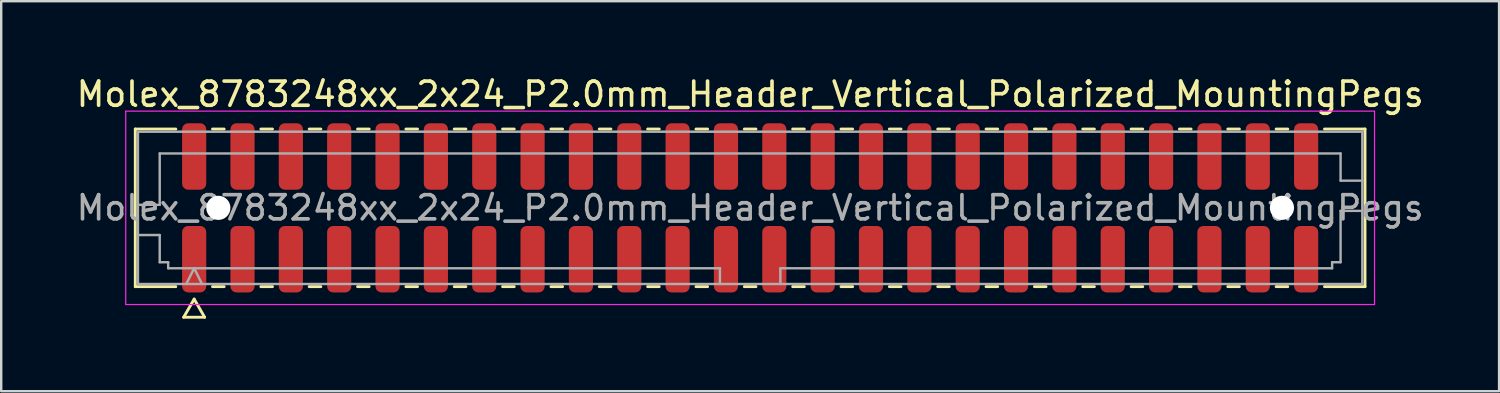
<source format=kicad_pcb>
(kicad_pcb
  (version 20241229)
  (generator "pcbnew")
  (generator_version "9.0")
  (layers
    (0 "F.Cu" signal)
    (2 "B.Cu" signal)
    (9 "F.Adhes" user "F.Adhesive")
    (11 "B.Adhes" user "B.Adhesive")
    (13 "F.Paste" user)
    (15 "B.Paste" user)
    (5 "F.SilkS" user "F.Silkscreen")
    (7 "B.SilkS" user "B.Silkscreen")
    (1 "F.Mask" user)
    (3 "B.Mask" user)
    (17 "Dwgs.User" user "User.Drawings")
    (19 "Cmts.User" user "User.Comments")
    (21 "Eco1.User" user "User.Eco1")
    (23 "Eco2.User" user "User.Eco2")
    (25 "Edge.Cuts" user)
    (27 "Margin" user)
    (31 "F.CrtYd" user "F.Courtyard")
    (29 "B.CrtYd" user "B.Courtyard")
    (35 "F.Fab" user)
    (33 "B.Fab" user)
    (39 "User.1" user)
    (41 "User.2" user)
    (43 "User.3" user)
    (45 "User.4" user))
  (footprint "Molex_8783248xx_2x24_P2.0mm_Header_Vertical_Polarized_MountingPegs"
    (layer "F.Cu")
    (at 27.982 5.548)
    (property "Reference" "Molex_8783248xx_2x24_P2.0mm_Header_Vertical_Polarized_MountingPegs" (at 0 -4.7 0) (layer "F.SilkS") (effects (font (size 1 1) (thickness 0.15))))
    (attr smd)
    (fp_line (start -25.435 -3.26) (end -23.76 -3.26) (stroke (width 0.12) (type solid)) (layer "F.SilkS"))
    (fp_line (start -25.435 3.26) (end -25.435 -3.26) (stroke (width 0.12) (type solid)) (layer "F.SilkS"))
    (fp_line (start -23.76 3.26) (end -25.435 3.26) (stroke (width 0.12) (type solid)) (layer "F.SilkS"))
    (fp_line (start -23.433 4.525) (end -23 3.775) (stroke (width 0.12) (type solid)) (layer "F.SilkS"))
    (fp_line (start -23 3.775) (end -22.567 4.525) (stroke (width 0.12) (type solid)) (layer "F.SilkS"))
    (fp_line (start -22.567 4.525) (end -23.433 4.525) (stroke (width 0.12) (type solid)) (layer "F.SilkS"))
    (fp_line (start -22.24 -3.26) (end -21.76 -3.26) (stroke (width 0.12) (type solid)) (layer "F.SilkS"))
    (fp_line (start -21.76 3.26) (end -22.24 3.26) (stroke (width 0.12) (type solid)) (layer "F.SilkS"))
    (fp_line (start -20.24 -3.26) (end -19.76 -3.26) (stroke (width 0.12) (type solid)) (layer "F.SilkS"))
    (fp_line (start -19.76 3.26) (end -20.24 3.26) (stroke (width 0.12) (type solid)) (layer "F.SilkS"))
    (fp_line (start -18.24 -3.26) (end -17.76 -3.26) (stroke (width 0.12) (type solid)) (layer "F.SilkS"))
    (fp_line (start -17.76 3.26) (end -18.24 3.26) (stroke (width 0.12) (type solid)) (layer "F.SilkS"))
    (fp_line (start -16.24 -3.26) (end -15.76 -3.26) (stroke (width 0.12) (type solid)) (layer "F.SilkS"))
    (fp_line (start -15.76 3.26) (end -16.24 3.26) (stroke (width 0.12) (type solid)) (layer "F.SilkS"))
    (fp_line (start -14.24 -3.26) (end -13.76 -3.26) (stroke (width 0.12) (type solid)) (layer "F.SilkS"))
    (fp_line (start -13.76 3.26) (end -14.24 3.26) (stroke (width 0.12) (type solid)) (layer "F.SilkS"))
    (fp_line (start -12.24 -3.26) (end -11.76 -3.26) (stroke (width 0.12) (type solid)) (layer "F.SilkS"))
    (fp_line (start -11.76 3.26) (end -12.24 3.26) (stroke (width 0.12) (type solid)) (layer "F.SilkS"))
    (fp_line (start -10.24 -3.26) (end -9.76 -3.26) (stroke (width 0.12) (type solid)) (layer "F.SilkS"))
    (fp_line (start -9.76 3.26) (end -10.24 3.26) (stroke (width 0.12) (type solid)) (layer "F.SilkS"))
    (fp_line (start -8.24 -3.26) (end -7.76 -3.26) (stroke (width 0.12) (type solid)) (layer "F.SilkS"))
    (fp_line (start -7.76 3.26) (end -8.24 3.26) (stroke (width 0.12) (type solid)) (layer "F.SilkS"))
    (fp_line (start -6.24 -3.26) (end -5.76 -3.26) (stroke (width 0.12) (type solid)) (layer "F.SilkS"))
    (fp_line (start -5.76 3.26) (end -6.24 3.26) (stroke (width 0.12) (type solid)) (layer "F.SilkS"))
    (fp_line (start -4.24 -3.26) (end -3.76 -3.26) (stroke (width 0.12) (type solid)) (layer "F.SilkS"))
    (fp_line (start -3.76 3.26) (end -4.24 3.26) (stroke (width 0.12) (type solid)) (layer "F.SilkS"))
    (fp_line (start -2.24 -3.26) (end -1.76 -3.26) (stroke (width 0.12) (type solid)) (layer "F.SilkS"))
    (fp_line (start -1.76 3.26) (end -2.24 3.26) (stroke (width 0.12) (type solid)) (layer "F.SilkS"))
    (fp_line (start -0.24 -3.26) (end 0.24 -3.26) (stroke (width 0.12) (type solid)) (layer "F.SilkS"))
    (fp_line (start 0.24 3.26) (end -0.24 3.26) (stroke (width 0.12) (type solid)) (layer "F.SilkS"))
    (fp_line (start 1.76 -3.26) (end 2.24 -3.26) (stroke (width 0.12) (type solid)) (layer "F.SilkS"))
    (fp_line (start 2.24 3.26) (end 1.76 3.26) (stroke (width 0.12) (type solid)) (layer "F.SilkS"))
    (fp_line (start 3.76 -3.26) (end 4.24 -3.26) (stroke (width 0.12) (type solid)) (layer "F.SilkS"))
    (fp_line (start 4.24 3.26) (end 3.76 3.26) (stroke (width 0.12) (type solid)) (layer "F.SilkS"))
    (fp_line (start 5.76 -3.26) (end 6.24 -3.26) (stroke (width 0.12) (type solid)) (layer "F.SilkS"))
    (fp_line (start 6.24 3.26) (end 5.76 3.26) (stroke (width 0.12) (type solid)) (layer "F.SilkS"))
    (fp_line (start 7.76 -3.26) (end 8.24 -3.26) (stroke (width 0.12) (type solid)) (layer "F.SilkS"))
    (fp_line (start 8.24 3.26) (end 7.76 3.26) (stroke (width 0.12) (type solid)) (layer "F.SilkS"))
    (fp_line (start 9.76 -3.26) (end 10.24 -3.26) (stroke (width 0.12) (type solid)) (layer "F.SilkS"))
    (fp_line (start 10.24 3.26) (end 9.76 3.26) (stroke (width 0.12) (type solid)) (layer "F.SilkS"))
    (fp_line (start 11.76 -3.26) (end 12.24 -3.26) (stroke (width 0.12) (type solid)) (layer "F.SilkS"))
    (fp_line (start 12.24 3.26) (end 11.76 3.26) (stroke (width 0.12) (type solid)) (layer "F.SilkS"))
    (fp_line (start 13.76 -3.26) (end 14.24 -3.26) (stroke (width 0.12) (type solid)) (layer "F.SilkS"))
    (fp_line (start 14.24 3.26) (end 13.76 3.26) (stroke (width 0.12) (type solid)) (layer "F.SilkS"))
    (fp_line (start 15.76 -3.26) (end 16.24 -3.26) (stroke (width 0.12) (type solid)) (layer "F.SilkS"))
    (fp_line (start 16.24 3.26) (end 15.76 3.26) (stroke (width 0.12) (type solid)) (layer "F.SilkS"))
    (fp_line (start 17.76 -3.26) (end 18.24 -3.26) (stroke (width 0.12) (type solid)) (layer "F.SilkS"))
    (fp_line (start 18.24 3.26) (end 17.76 3.26) (stroke (width 0.12) (type solid)) (layer "F.SilkS"))
    (fp_line (start 19.76 -3.26) (end 20.24 -3.26) (stroke (width 0.12) (type solid)) (layer "F.SilkS"))
    (fp_line (start 20.24 3.26) (end 19.76 3.26) (stroke (width 0.12) (type solid)) (layer "F.SilkS"))
    (fp_line (start 21.76 -3.26) (end 22.24 -3.26) (stroke (width 0.12) (type solid)) (layer "F.SilkS"))
    (fp_line (start 22.24 3.26) (end 21.76 3.26) (stroke (width 0.12) (type solid)) (layer "F.SilkS"))
    (fp_line (start 23.76 -3.26) (end 25.435 -3.26) (stroke (width 0.12) (type solid)) (layer "F.SilkS"))
    (fp_line (start 25.435 -3.26) (end 25.435 3.26) (stroke (width 0.12) (type solid)) (layer "F.SilkS"))
    (fp_line (start 25.435 3.26) (end 23.76 3.26) (stroke (width 0.12) (type solid)) (layer "F.SilkS"))
    (fp_line (start -25.83 -4) (end -25.83 4) (stroke (width 0.05) (type solid)) (layer "F.CrtYd"))
    (fp_line (start -25.83 4) (end 25.83 4) (stroke (width 0.05) (type solid)) (layer "F.CrtYd"))
    (fp_line (start 25.83 -4) (end -25.83 -4) (stroke (width 0.05) (type solid)) (layer "F.CrtYd"))
    (fp_line (start 25.83 4) (end 25.83 -4) (stroke (width 0.05) (type solid)) (layer "F.CrtYd"))
    (fp_line (start -25.325 -3.15) (end 25.325 -3.15) (stroke (width 0.1) (type solid)) (layer "F.Fab"))
    (fp_line (start -25.325 -0.125) (end -24.425 -0.125) (stroke (width 0.1) (type solid)) (layer "F.Fab"))
    (fp_line (start -25.325 1.125) (end -24.425 1.125) (stroke (width 0.1) (type solid)) (layer "F.Fab"))
    (fp_line (start -25.325 3.15) (end -25.325 -3.15) (stroke (width 0.1) (type solid)) (layer "F.Fab"))
    (fp_line (start -24.425 -2.25) (end 24.425 -2.25) (stroke (width 0.1) (type solid)) (layer "F.Fab"))
    (fp_line (start -24.425 -0.125) (end -24.425 -2.25) (stroke (width 0.1) (type solid)) (layer "F.Fab"))
    (fp_line (start -24.425 1.125) (end -24.425 2.25) (stroke (width 0.1) (type solid)) (layer "F.Fab"))
    (fp_line (start -24.425 2.25) (end -24.075 2.25) (stroke (width 0.1) (type solid)) (layer "F.Fab"))
    (fp_line (start -24.075 2.25) (end -24.075 2.5) (stroke (width 0.1) (type solid)) (layer "F.Fab"))
    (fp_line (start -24.075 2.5) (end -1.25 2.5) (stroke (width 0.1) (type solid)) (layer "F.Fab"))
    (fp_line (start -23.325 3.15) (end -23 2.5) (stroke (width 0.1) (type solid)) (layer "F.Fab"))
    (fp_line (start -23 2.5) (end -22.675 3.15) (stroke (width 0.1) (type solid)) (layer "F.Fab"))
    (fp_line (start -1.25 2.5) (end -1.25 3.15) (stroke (width 0.1) (type solid)) (layer "F.Fab"))
    (fp_line (start 1.25 2.5) (end 1.25 3.15) (stroke (width 0.1) (type solid)) (layer "F.Fab"))
    (fp_line (start 1.25 2.5) (end 24.075 2.5) (stroke (width 0.1) (type solid)) (layer "F.Fab"))
    (fp_line (start 24.075 2.25) (end 24.425 2.25) (stroke (width 0.1) (type solid)) (layer "F.Fab"))
    (fp_line (start 24.075 2.5) (end 24.075 2.25) (stroke (width 0.1) (type solid)) (layer "F.Fab"))
    (fp_line (start 24.425 -2.25) (end 24.425 -1.125) (stroke (width 0.1) (type solid)) (layer "F.Fab"))
    (fp_line (start 24.425 -1.125) (end 25.325 -1.125) (stroke (width 0.1) (type solid)) (layer "F.Fab"))
    (fp_line (start 24.425 0.125) (end 25.325 0.125) (stroke (width 0.1) (type solid)) (layer "F.Fab"))
    (fp_line (start 24.425 2.25) (end 24.425 0.125) (stroke (width 0.1) (type solid)) (layer "F.Fab"))
    (fp_line (start 25.325 -3.15) (end 25.325 3.15) (stroke (width 0.1) (type solid)) (layer "F.Fab"))
    (fp_line (start 25.325 3.15) (end -25.325 3.15) (stroke (width 0.1) (type solid)) (layer "F.Fab"))
    (fp_text user "${REFERENCE}" (at 0 0 0) (layer "F.Fab") (effects (font (size 1 1) (thickness 0.15))))
    (pad "" np_thru_hole circle (at -22 0) (size 1 1) (drill 1) (layers "*.Cu" "*.Mask"))
    (pad "" np_thru_hole circle (at 22 0) (size 1 1) (drill 1) (layers "*.Cu" "*.Mask"))
    (pad "1" smd roundrect (at -23 2.125) (size 1 2.75) (layers "F.Cu" "F.Mask" "F.Paste") (roundrect_rratio 0.25))
    (pad "2" smd roundrect (at -23 -2.125) (size 1 2.75) (layers "F.Cu" "F.Mask" "F.Paste") (roundrect_rratio 0.25))
    (pad "3" smd roundrect (at -21 2.125) (size 1 2.75) (layers "F.Cu" "F.Mask" "F.Paste") (roundrect_rratio 0.25))
    (pad "4" smd roundrect (at -21 -2.125) (size 1 2.75) (layers "F.Cu" "F.Mask" "F.Paste") (roundrect_rratio 0.25))
    (pad "5" smd roundrect (at -19 2.125) (size 1 2.75) (layers "F.Cu" "F.Mask" "F.Paste") (roundrect_rratio 0.25))
    (pad "6" smd roundrect (at -19 -2.125) (size 1 2.75) (layers "F.Cu" "F.Mask" "F.Paste") (roundrect_rratio 0.25))
    (pad "7" smd roundrect (at -17 2.125) (size 1 2.75) (layers "F.Cu" "F.Mask" "F.Paste") (roundrect_rratio 0.25))
    (pad "8" smd roundrect (at -17 -2.125) (size 1 2.75) (layers "F.Cu" "F.Mask" "F.Paste") (roundrect_rratio 0.25))
    (pad "9" smd roundrect (at -15 2.125) (size 1 2.75) (layers "F.Cu" "F.Mask" "F.Paste") (roundrect_rratio 0.25))
    (pad "10" smd roundrect (at -15 -2.125) (size 1 2.75) (layers "F.Cu" "F.Mask" "F.Paste") (roundrect_rratio 0.25))
    (pad "11" smd roundrect (at -13 2.125) (size 1 2.75) (layers "F.Cu" "F.Mask" "F.Paste") (roundrect_rratio 0.25))
    (pad "12" smd roundrect (at -13 -2.125) (size 1 2.75) (layers "F.Cu" "F.Mask" "F.Paste") (roundrect_rratio 0.25))
    (pad "13" smd roundrect (at -11 2.125) (size 1 2.75) (layers "F.Cu" "F.Mask" "F.Paste") (roundrect_rratio 0.25))
    (pad "14" smd roundrect (at -11 -2.125) (size 1 2.75) (layers "F.Cu" "F.Mask" "F.Paste") (roundrect_rratio 0.25))
    (pad "15" smd roundrect (at -9 2.125) (size 1 2.75) (layers "F.Cu" "F.Mask" "F.Paste") (roundrect_rratio 0.25))
    (pad "16" smd roundrect (at -9 -2.125) (size 1 2.75) (layers "F.Cu" "F.Mask" "F.Paste") (roundrect_rratio 0.25))
    (pad "17" smd roundrect (at -7 2.125) (size 1 2.75) (layers "F.Cu" "F.Mask" "F.Paste") (roundrect_rratio 0.25))
    (pad "18" smd roundrect (at -7 -2.125) (size 1 2.75) (layers "F.Cu" "F.Mask" "F.Paste") (roundrect_rratio 0.25))
    (pad "19" smd roundrect (at -5 2.125) (size 1 2.75) (layers "F.Cu" "F.Mask" "F.Paste") (roundrect_rratio 0.25))
    (pad "20" smd roundrect (at -5 -2.125) (size 1 2.75) (layers "F.Cu" "F.Mask" "F.Paste") (roundrect_rratio 0.25))
    (pad "21" smd roundrect (at -3 2.125) (size 1 2.75) (layers "F.Cu" "F.Mask" "F.Paste") (roundrect_rratio 0.25))
    (pad "22" smd roundrect (at -3 -2.125) (size 1 2.75) (layers "F.Cu" "F.Mask" "F.Paste") (roundrect_rratio 0.25))
    (pad "23" smd roundrect (at -1 2.125) (size 1 2.75) (layers "F.Cu" "F.Mask" "F.Paste") (roundrect_rratio 0.25))
    (pad "24" smd roundrect (at -1 -2.125) (size 1 2.75) (layers "F.Cu" "F.Mask" "F.Paste") (roundrect_rratio 0.25))
    (pad "25" smd roundrect (at 1 2.125) (size 1 2.75) (layers "F.Cu" "F.Mask" "F.Paste") (roundrect_rratio 0.25))
    (pad "26" smd roundrect (at 1 -2.125) (size 1 2.75) (layers "F.Cu" "F.Mask" "F.Paste") (roundrect_rratio 0.25))
    (pad "27" smd roundrect (at 3 2.125) (size 1 2.75) (layers "F.Cu" "F.Mask" "F.Paste") (roundrect_rratio 0.25))
    (pad "28" smd roundrect (at 3 -2.125) (size 1 2.75) (layers "F.Cu" "F.Mask" "F.Paste") (roundrect_rratio 0.25))
    (pad "29" smd roundrect (at 5 2.125) (size 1 2.75) (layers "F.Cu" "F.Mask" "F.Paste") (roundrect_rratio 0.25))
    (pad "30" smd roundrect (at 5 -2.125) (size 1 2.75) (layers "F.Cu" "F.Mask" "F.Paste") (roundrect_rratio 0.25))
    (pad "31" smd roundrect (at 7 2.125) (size 1 2.75) (layers "F.Cu" "F.Mask" "F.Paste") (roundrect_rratio 0.25))
    (pad "32" smd roundrect (at 7 -2.125) (size 1 2.75) (layers "F.Cu" "F.Mask" "F.Paste") (roundrect_rratio 0.25))
    (pad "33" smd roundrect (at 9 2.125) (size 1 2.75) (layers "F.Cu" "F.Mask" "F.Paste") (roundrect_rratio 0.25))
    (pad "34" smd roundrect (at 9 -2.125) (size 1 2.75) (layers "F.Cu" "F.Mask" "F.Paste") (roundrect_rratio 0.25))
    (pad "35" smd roundrect (at 11 2.125) (size 1 2.75) (layers "F.Cu" "F.Mask" "F.Paste") (roundrect_rratio 0.25))
    (pad "36" smd roundrect (at 11 -2.125) (size 1 2.75) (layers "F.Cu" "F.Mask" "F.Paste") (roundrect_rratio 0.25))
    (pad "37" smd roundrect (at 13 2.125) (size 1 2.75) (layers "F.Cu" "F.Mask" "F.Paste") (roundrect_rratio 0.25))
    (pad "38" smd roundrect (at 13 -2.125) (size 1 2.75) (layers "F.Cu" "F.Mask" "F.Paste") (roundrect_rratio 0.25))
    (pad "39" smd roundrect (at 15 2.125) (size 1 2.75) (layers "F.Cu" "F.Mask" "F.Paste") (roundrect_rratio 0.25))
    (pad "40" smd roundrect (at 15 -2.125) (size 1 2.75) (layers "F.Cu" "F.Mask" "F.Paste") (roundrect_rratio 0.25))
    (pad "41" smd roundrect (at 17 2.125) (size 1 2.75) (layers "F.Cu" "F.Mask" "F.Paste") (roundrect_rratio 0.25))
    (pad "42" smd roundrect (at 17 -2.125) (size 1 2.75) (layers "F.Cu" "F.Mask" "F.Paste") (roundrect_rratio 0.25))
    (pad "43" smd roundrect (at 19 2.125) (size 1 2.75) (layers "F.Cu" "F.Mask" "F.Paste") (roundrect_rratio 0.25))
    (pad "44" smd roundrect (at 19 -2.125) (size 1 2.75) (layers "F.Cu" "F.Mask" "F.Paste") (roundrect_rratio 0.25))
    (pad "45" smd roundrect (at 21 2.125) (size 1 2.75) (layers "F.Cu" "F.Mask" "F.Paste") (roundrect_rratio 0.25))
    (pad "46" smd roundrect (at 21 -2.125) (size 1 2.75) (layers "F.Cu" "F.Mask" "F.Paste") (roundrect_rratio 0.25))
    (pad "47" smd roundrect (at 23 2.125) (size 1 2.75) (layers "F.Cu" "F.Mask" "F.Paste") (roundrect_rratio 0.25))
    (pad "48" smd roundrect (at 23 -2.125) (size 1 2.75) (layers "F.Cu" "F.Mask" "F.Paste") (roundrect_rratio 0.25)))
  (gr_rect
    (start -3 -3)
    (end 58.964 13.133)
    (stroke (width 0.1) (type default))
    (fill no)
    (layer "Edge.Cuts")))
</source>
